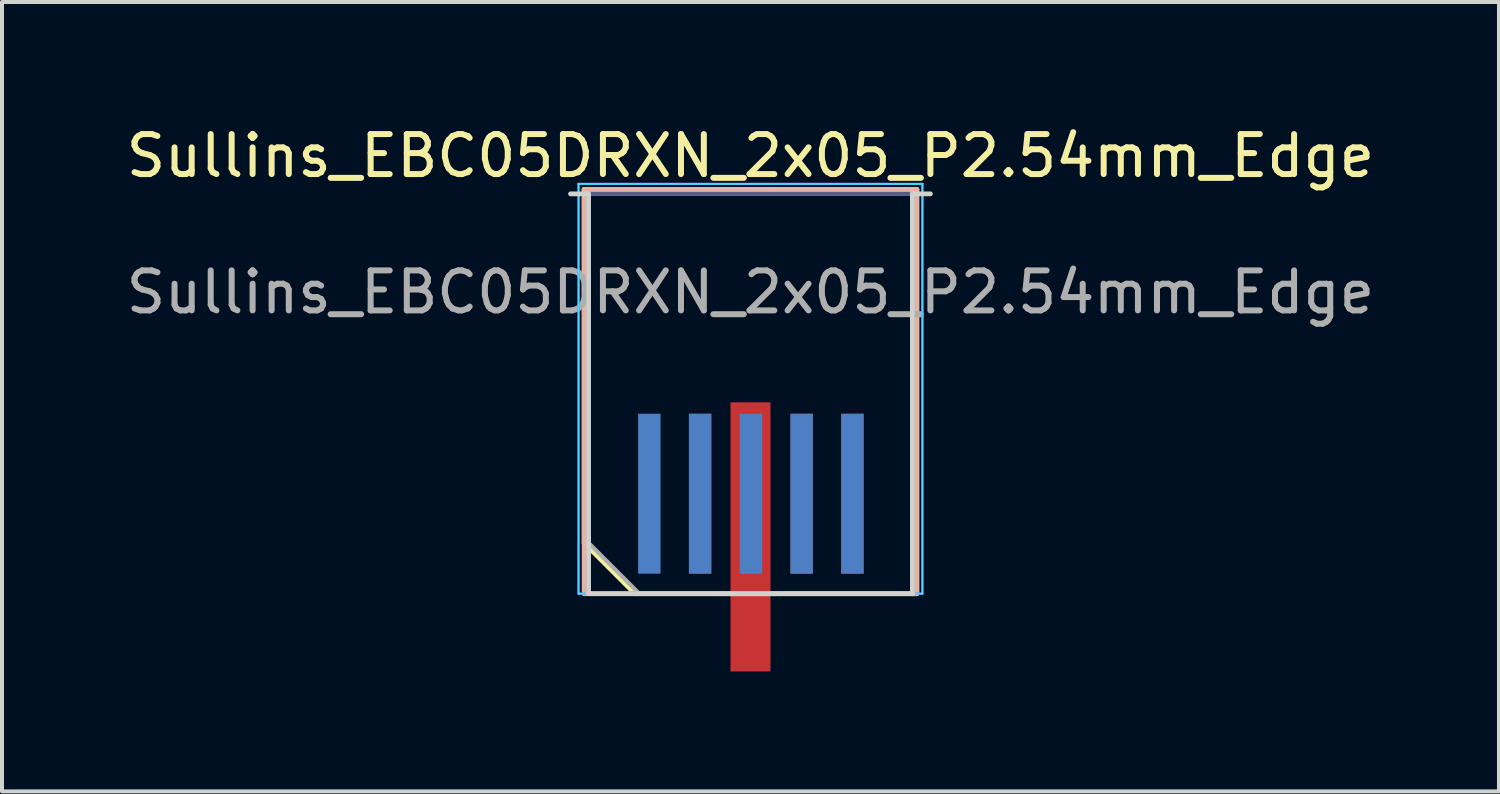
<source format=kicad_pcb>
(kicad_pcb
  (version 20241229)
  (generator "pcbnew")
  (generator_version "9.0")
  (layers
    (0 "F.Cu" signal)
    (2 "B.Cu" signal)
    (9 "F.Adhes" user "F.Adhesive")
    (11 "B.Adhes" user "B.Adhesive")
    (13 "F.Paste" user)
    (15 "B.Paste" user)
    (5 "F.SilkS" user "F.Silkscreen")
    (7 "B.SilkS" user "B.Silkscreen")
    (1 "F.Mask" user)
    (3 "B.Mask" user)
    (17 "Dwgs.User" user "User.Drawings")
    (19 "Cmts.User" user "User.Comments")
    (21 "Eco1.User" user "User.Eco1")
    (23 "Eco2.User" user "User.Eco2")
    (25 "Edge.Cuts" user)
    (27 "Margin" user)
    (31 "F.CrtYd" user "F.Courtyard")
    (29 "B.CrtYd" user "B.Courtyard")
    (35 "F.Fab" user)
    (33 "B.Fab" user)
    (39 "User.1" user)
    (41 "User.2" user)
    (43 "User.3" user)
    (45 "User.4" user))
  (footprint "Sullins_EBC05DRXN_2x05_P2.54mm_Edge"
    (layer "F.Cu")
    (at 15.72 6.798)
    (property "Reference" "Sullins_EBC05DRXN_2x05_P2.54mm_Edge" (at 0 -5.95 0) (layer "F.SilkS") (effects (font (size 1 1) (thickness 0.15))))
    (attr exclude_from_pos_files exclude_from_bom)
    (fp_line (start -4.16 -5.11) (end 4.16 -5.11) (stroke (width 0.12) (type solid)) (layer "F.SilkS"))
    (fp_line (start -4.16 3.73) (end -4.16 -5.11) (stroke (width 0.12) (type solid)) (layer "F.SilkS"))
    (fp_line (start -2.89 5) (end -4.16 3.73) (stroke (width 0.12) (type solid)) (layer "F.SilkS"))
    (fp_line (start -2.89 5) (end 4.16 5) (stroke (width 0.12) (type solid)) (layer "F.SilkS"))
    (fp_line (start 4.16 5) (end 4.16 -5.11) (stroke (width 0.12) (type solid)) (layer "F.SilkS"))
    (fp_line (start -4.16 -5.11) (end 4.16 -5.11) (stroke (width 0.12) (type solid)) (layer "B.SilkS"))
    (fp_line (start -4.16 5) (end -4.16 -5.11) (stroke (width 0.12) (type solid)) (layer "B.SilkS"))
    (fp_line (start -4.16 5) (end 4.16 5) (stroke (width 0.12) (type solid)) (layer "B.SilkS"))
    (fp_line (start 4.16 5) (end 4.16 -5.11) (stroke (width 0.12) (type solid)) (layer "B.SilkS"))
    (fp_line (start -4.5 -5) (end -4.05 -5) (stroke (width 0.12) (type solid)) (layer "Edge.Cuts"))
    (fp_line (start -4.05 5) (end -4.05 -5) (stroke (width 0.12) (type solid)) (layer "Edge.Cuts"))
    (fp_line (start -4.05 5) (end 4.05 5) (stroke (width 0.12) (type solid)) (layer "Edge.Cuts"))
    (fp_line (start 4.05 5) (end 4.05 -5) (stroke (width 0.12) (type solid)) (layer "Edge.Cuts"))
    (fp_line (start 4.5 -5) (end 4.05 -5) (stroke (width 0.12) (type solid)) (layer "Edge.Cuts"))
    (fp_line (start -4.3 -5.25) (end -4.3 5) (stroke (width 0.05) (type solid)) (layer "B.CrtYd"))
    (fp_line (start -4.3 5) (end 4.3 5) (stroke (width 0.05) (type solid)) (layer "B.CrtYd"))
    (fp_line (start 4.3 -5.25) (end -4.3 -5.25) (stroke (width 0.05) (type solid)) (layer "B.CrtYd"))
    (fp_line (start 4.3 5) (end 4.3 -5.25) (stroke (width 0.05) (type solid)) (layer "B.CrtYd"))
    (fp_line (start -4.3 -5.25) (end -4.3 5) (stroke (width 0.05) (type solid)) (layer "F.CrtYd"))
    (fp_line (start -4.3 5) (end 4.3 5) (stroke (width 0.05) (type solid)) (layer "F.CrtYd"))
    (fp_line (start 4.3 -5.25) (end -4.3 -5.25) (stroke (width 0.05) (type solid)) (layer "F.CrtYd"))
    (fp_line (start 4.3 5) (end 4.3 -5.25) (stroke (width 0.05) (type solid)) (layer "F.CrtYd"))
    (fp_line (start -4.05 -5) (end 4.05 -5) (stroke (width 0.1) (type solid)) (layer "B.Fab"))
    (fp_line (start -4.05 5) (end -4.05 -5) (stroke (width 0.1) (type solid)) (layer "B.Fab"))
    (fp_line (start -4.05 5) (end 4.05 5) (stroke (width 0.1) (type solid)) (layer "B.Fab"))
    (fp_line (start 4.05 5) (end 4.05 -5) (stroke (width 0.1) (type solid)) (layer "B.Fab"))
    (fp_line (start -4.05 -5) (end 4.05 -5) (stroke (width 0.1) (type solid)) (layer "F.Fab"))
    (fp_line (start -4.05 3.73) (end -4.05 -5) (stroke (width 0.1) (type solid)) (layer "F.Fab"))
    (fp_line (start -4.05 3.73) (end -2.78 5) (stroke (width 0.1) (type solid)) (layer "F.Fab"))
    (fp_line (start -2.78 5) (end 4.05 5) (stroke (width 0.1) (type solid)) (layer "F.Fab"))
    (fp_line (start 4.05 5) (end 4.05 -5) (stroke (width 0.1) (type solid)) (layer "F.Fab"))
    (fp_text user "${REFERENCE}" (at 0 -2.54 0) (layer "F.Fab") (effects (font (size 1 1) (thickness 0.15))))
    (pad "1" connect rect (at 0 3.58) (size 1 6.73) (layers "F.Cu" "F.Mask"))
    (pad "2" connect rect (at -2.53 2.5) (size 0.56 4) (layers "B.Cu" "B.Mask"))
    (pad "3" connect rect (at -1.26 2.5) (size 0.56 4) (layers "F.Cu" "F.Mask"))
    (pad "4" connect rect (at -1.26 2.5) (size 0.56 4) (layers "B.Cu" "B.Mask"))
    (pad "5" connect rect (at 0.01 2.5) (size 0.56 4) (layers "F.Cu" "F.Mask"))
    (pad "6" connect rect (at 0.01 2.5) (size 0.56 4) (layers "B.Cu" "B.Mask"))
    (pad "7" connect rect (at 1.28 2.5) (size 0.56 4) (layers "F.Cu" "F.Mask"))
    (pad "8" connect rect (at 1.28 2.5) (size 0.56 4) (layers "B.Cu" "B.Mask"))
    (pad "9" connect rect (at 2.55 2.5) (size 0.56 4) (layers "F.Cu" "F.Mask"))
    (pad "10" connect rect (at 2.55 2.5) (size 0.56 4) (layers "B.Cu" "B.Mask")))
  (gr_rect
    (start -3 -3)
    (end 34.44 16.743)
    (stroke (width 0.1) (type default))
    (fill no)
    (layer "Edge.Cuts")))
</source>
